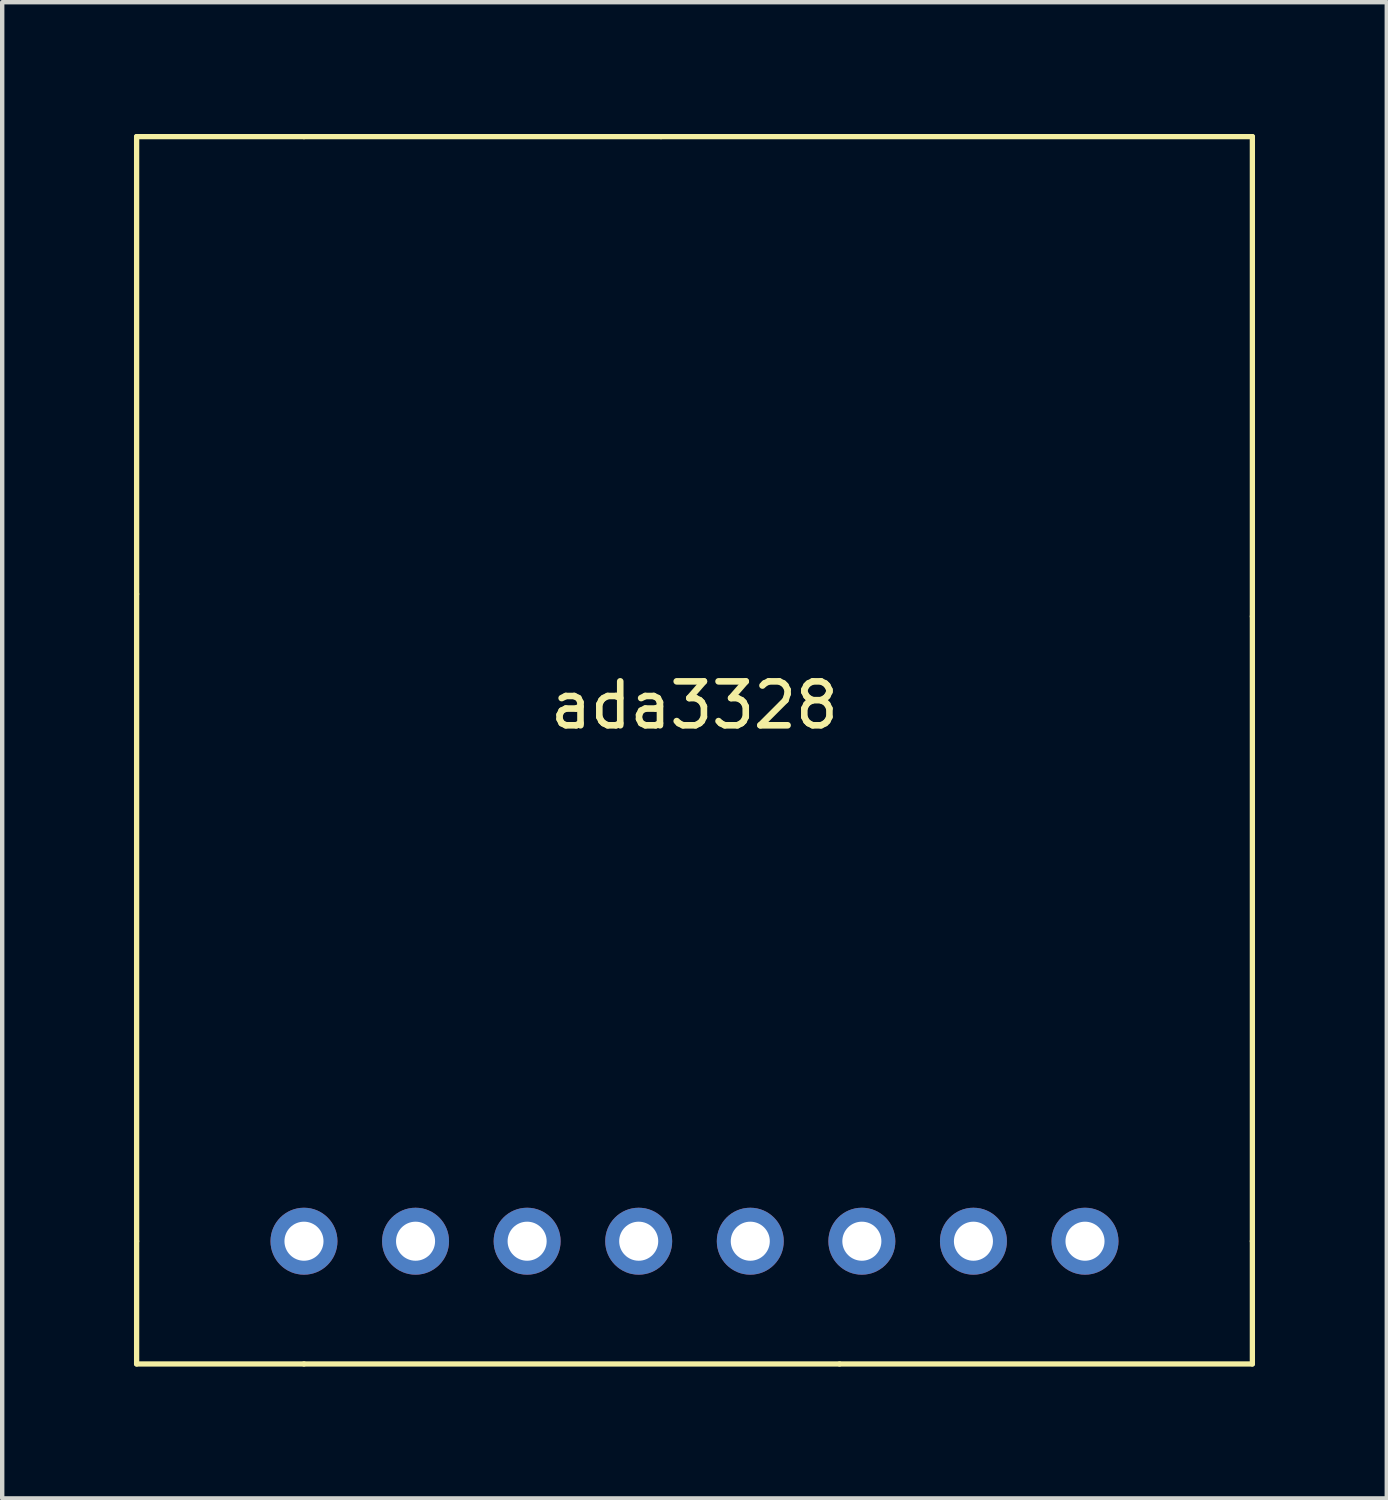
<source format=kicad_pcb>
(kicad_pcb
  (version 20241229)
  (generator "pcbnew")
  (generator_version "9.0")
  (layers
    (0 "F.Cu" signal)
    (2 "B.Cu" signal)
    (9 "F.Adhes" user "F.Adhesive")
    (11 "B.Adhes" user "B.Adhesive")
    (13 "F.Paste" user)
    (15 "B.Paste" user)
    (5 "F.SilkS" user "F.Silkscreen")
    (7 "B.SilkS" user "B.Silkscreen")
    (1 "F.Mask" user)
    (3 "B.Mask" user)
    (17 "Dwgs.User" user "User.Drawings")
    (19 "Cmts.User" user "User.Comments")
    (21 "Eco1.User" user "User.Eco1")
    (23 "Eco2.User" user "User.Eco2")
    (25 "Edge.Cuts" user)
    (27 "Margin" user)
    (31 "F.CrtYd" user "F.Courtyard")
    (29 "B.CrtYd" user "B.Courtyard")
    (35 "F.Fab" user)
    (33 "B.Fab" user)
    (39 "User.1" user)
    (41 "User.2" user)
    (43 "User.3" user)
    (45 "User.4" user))
  (footprint "ada3328"
    (layer "F.Cu")
    (at 12.76 12.506)
    (property "Reference" "ada3328" (at 0 0.5 0) (layer "F.SilkS") (effects (font (size 1 1) (thickness 0.15))))
    (attr through_hole)
    (fp_line (start -12.7 -12.446) (end -8.89 -12.446) (stroke (width 0.12) (type solid)) (layer "F.SilkS"))
    (fp_line (start -12.7 -2.032) (end -12.7 -12.446) (stroke (width 0.12) (type solid)) (layer "F.SilkS"))
    (fp_line (start -12.7 12.7) (end -12.7 -2.032) (stroke (width 0.12) (type solid)) (layer "F.SilkS"))
    (fp_line (start -12.7 15.494) (end -12.7 12.7) (stroke (width 0.12) (type solid)) (layer "F.SilkS"))
    (fp_line (start -8.89 -12.446) (end -0.762 -12.446) (stroke (width 0.12) (type solid)) (layer "F.SilkS"))
    (fp_line (start -8.89 15.494) (end -12.7 15.494) (stroke (width 0.12) (type solid)) (layer "F.SilkS"))
    (fp_line (start -8.89 15.494) (end 3.302 15.494) (stroke (width 0.12) (type solid)) (layer "F.SilkS"))
    (fp_line (start -0.762 -12.446) (end 12.7 -12.446) (stroke (width 0.12) (type solid)) (layer "F.SilkS"))
    (fp_line (start 3.302 15.494) (end 12.7 15.494) (stroke (width 0.12) (type solid)) (layer "F.SilkS"))
    (fp_line (start 12.7 -12.446) (end 12.7 -1.524) (stroke (width 0.12) (type solid)) (layer "F.SilkS"))
    (fp_line (start 12.7 12.7) (end 12.7 -1.524) (stroke (width 0.12) (type solid)) (layer "F.SilkS"))
    (fp_line (start 12.7 15.494) (end 12.7 12.7) (stroke (width 0.12) (type solid)) (layer "F.SilkS"))
    (pad "3.3V" thru_hole circle (at -3.81 12.7) (size 1.524 1.524) (drill 0.889) (layers "*.Cu" "*.Mask"))
    (pad "CLK" thru_hole circle (at -1.27 12.7) (size 1.524 1.524) (drill 0.889) (layers "*.Cu" "*.Mask"))
    (pad "CS" thru_hole circle (at 6.35 12.7) (size 1.524 1.524) (drill 0.889) (layers "*.Cu" "*.Mask"))
    (pad "GND" thru_hole circle (at -6.35 12.7) (size 1.524 1.524) (drill 0.889) (layers "*.Cu" "*.Mask"))
    (pad "RDY" thru_hole circle (at 8.89 12.7) (size 1.524 1.524) (drill 0.889) (layers "*.Cu" "*.Mask"))
    (pad "SDI" thru_hole circle (at 3.81 12.7) (size 1.524 1.524) (drill 0.889) (layers "*.Cu" "*.Mask"))
    (pad "SDO" thru_hole circle (at 1.27 12.7) (size 1.524 1.524) (drill 0.889) (layers "*.Cu" "*.Mask"))
    (pad "VIN" thru_hole circle (at -8.89 12.7) (size 1.524 1.524) (drill 0.889) (layers "*.Cu" "*.Mask")))
  (gr_rect
    (start -3 -3)
    (end 28.52 31.06)
    (stroke (width 0.1) (type default))
    (fill no)
    (layer "Edge.Cuts")))
</source>
